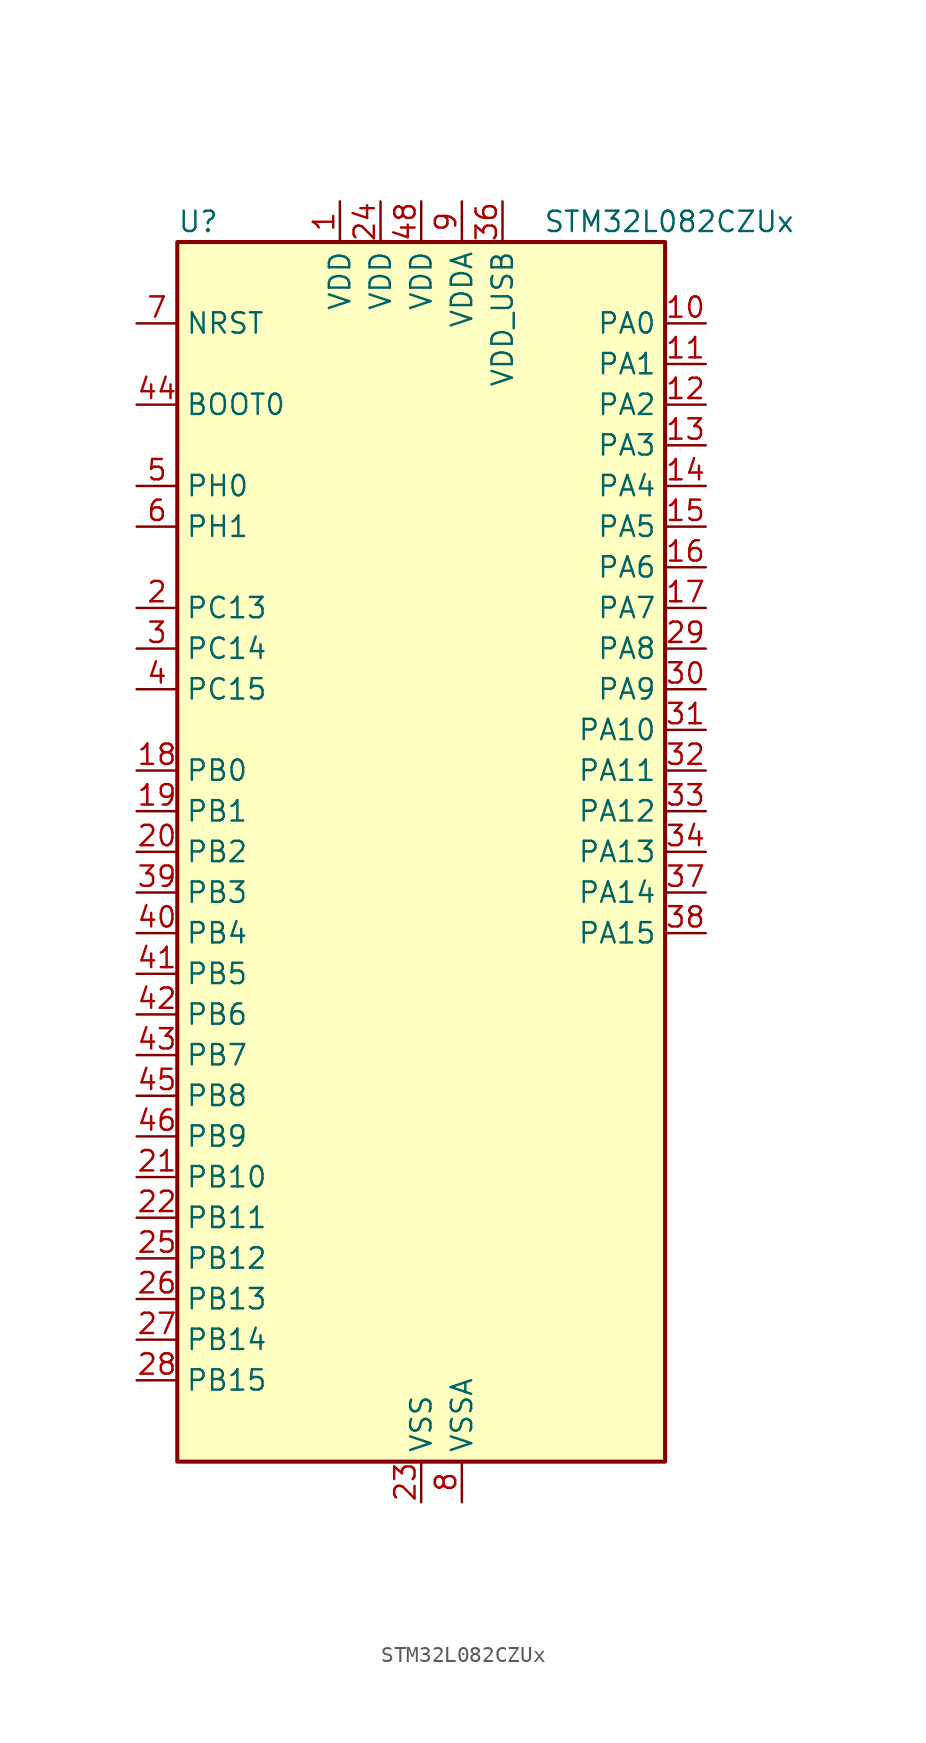
<source format=kicad_sym>
(kicad_symbol_lib
  (version 20241209)
  (generator "kicad_symbol_editor")
  (generator_version "9.0")
  (symbol "STM32L082CZUx"
    (property "Reference" "U"
      (at -15.24 39.37 0)
      (effects (font (size 1.27 1.27)) (justify left)))
    (property "Value" "STM32L082CZUx"
      (at 7.62 39.37 0)
      (effects (font (size 1.27 1.27)) (justify left)))
    (symbol "STM32L082CZUx_0_1"
      (rectangle (start -15.24 -38.1) (end 15.24 38.1) (stroke (width 0.254) (type default)) (fill (type background))))
    (symbol "STM32L082CZUx_1_1"
      (pin input line (at -17.78 33.02 0) (length 2.54) (name "NRST" (effects (font (size 1.27 1.27)))) (number "7" (effects (font (size 1.27 1.27)))))
      (pin input line (at -17.78 27.94 0) (length 2.54) (name "BOOT0" (effects (font (size 1.27 1.27)))) (number "44" (effects (font (size 1.27 1.27)))))
      (pin bidirectional line (at -17.78 22.86 0) (length 2.54) (name "PH0" (effects (font (size 1.27 1.27)))) (number "5" (effects (font (size 1.27 1.27)))) (alternate "CRS_SYNC" bidirectional line) (alternate "RCC_OSC_IN" bidirectional line))
      (pin bidirectional line (at -17.78 20.32 0) (length 2.54) (name "PH1" (effects (font (size 1.27 1.27)))) (number "6" (effects (font (size 1.27 1.27)))) (alternate "RCC_OSC_OUT" bidirectional line))
      (pin bidirectional line (at -17.78 15.24 0) (length 2.54) (name "PC13" (effects (font (size 1.27 1.27)))) (number "2" (effects (font (size 1.27 1.27)))) (alternate "RTC_OUT_ALARM" bidirectional line) (alternate "RTC_OUT_CALIB" bidirectional line) (alternate "RTC_TAMP1" bidirectional line) (alternate "RTC_TS" bidirectional line) (alternate "SYS_WKUP2" bidirectional line))
      (pin bidirectional line (at -17.78 12.7 0) (length 2.54) (name "PC14" (effects (font (size 1.27 1.27)))) (number "3" (effects (font (size 1.27 1.27)))) (alternate "RCC_OSC32_IN" bidirectional line))
      (pin bidirectional line (at -17.78 10.16 0) (length 2.54) (name "PC15" (effects (font (size 1.27 1.27)))) (number "4" (effects (font (size 1.27 1.27)))) (alternate "RCC_OSC32_OUT" bidirectional line))
      (pin bidirectional line (at -17.78 5.08 0) (length 2.54) (name "PB0" (effects (font (size 1.27 1.27)))) (number "18" (effects (font (size 1.27 1.27)))) (alternate "ADC_IN8" bidirectional line) (alternate "SYS_VREF_OUT_PB0" bidirectional line) (alternate "TIM3_CH3" bidirectional line) (alternate "TSC_G3_IO2" bidirectional line))
      (pin bidirectional line (at -17.78 2.54 0) (length 2.54) (name "PB1" (effects (font (size 1.27 1.27)))) (number "19" (effects (font (size 1.27 1.27)))) (alternate "ADC_IN9" bidirectional line) (alternate "LPUART1_DE" bidirectional line) (alternate "LPUART1_RTS" bidirectional line) (alternate "SYS_VREF_OUT_PB1" bidirectional line) (alternate "TIM3_CH4" bidirectional line) (alternate "TSC_G3_IO3" bidirectional line))
      (pin bidirectional line (at -17.78 0 0) (length 2.54) (name "PB2" (effects (font (size 1.27 1.27)))) (number "20" (effects (font (size 1.27 1.27)))) (alternate "I2C3_SMBA" bidirectional line) (alternate "LPTIM1_OUT" bidirectional line) (alternate "TSC_G3_IO4" bidirectional line))
      (pin bidirectional line (at -17.78 -2.54 0) (length 2.54) (name "PB3" (effects (font (size 1.27 1.27)))) (number "39" (effects (font (size 1.27 1.27)))) (alternate "COMP2_INM" bidirectional line) (alternate "SPI1_SCK" bidirectional line) (alternate "TIM2_CH2" bidirectional line) (alternate "TSC_G5_IO1" bidirectional line) (alternate "USART1_DE" bidirectional line) (alternate "USART1_RTS" bidirectional line) (alternate "USART5_TX" bidirectional line))
      (pin bidirectional line (at -17.78 -5.08 0) (length 2.54) (name "PB4" (effects (font (size 1.27 1.27)))) (number "40" (effects (font (size 1.27 1.27)))) (alternate "COMP2_INP" bidirectional line) (alternate "I2C3_SDA" bidirectional line) (alternate "SPI1_MISO" bidirectional line) (alternate "TIM22_CH1" bidirectional line) (alternate "TIM3_CH1" bidirectional line) (alternate "TSC_G5_IO2" bidirectional line) (alternate "USART1_CTS" bidirectional line) (alternate "USART5_RX" bidirectional line))
      (pin bidirectional line (at -17.78 -7.62 0) (length 2.54) (name "PB5" (effects (font (size 1.27 1.27)))) (number "41" (effects (font (size 1.27 1.27)))) (alternate "COMP2_INP" bidirectional line) (alternate "I2C1_SMBA" bidirectional line) (alternate "LPTIM1_IN1" bidirectional line) (alternate "SPI1_MOSI" bidirectional line) (alternate "TIM22_CH2" bidirectional line) (alternate "TIM3_CH2" bidirectional line) (alternate "USART1_CK" bidirectional line) (alternate "USART5_CK" bidirectional line) (alternate "USART5_DE" bidirectional line) (alternate "USART5_RTS" bidirectional line))
      (pin bidirectional line (at -17.78 -10.16 0) (length 2.54) (name "PB6" (effects (font (size 1.27 1.27)))) (number "42" (effects (font (size 1.27 1.27)))) (alternate "COMP2_INP" bidirectional line) (alternate "I2C1_SCL" bidirectional line) (alternate "LPTIM1_ETR" bidirectional line) (alternate "TSC_G5_IO3" bidirectional line) (alternate "USART1_TX" bidirectional line))
      (pin bidirectional line (at -17.78 -12.7 0) (length 2.54) (name "PB7" (effects (font (size 1.27 1.27)))) (number "43" (effects (font (size 1.27 1.27)))) (alternate "COMP2_INP" bidirectional line) (alternate "I2C1_SDA" bidirectional line) (alternate "LPTIM1_IN2" bidirectional line) (alternate "SYS_PVD_IN" bidirectional line) (alternate "TSC_G5_IO4" bidirectional line) (alternate "USART1_RX" bidirectional line) (alternate "USART4_CTS" bidirectional line))
      (pin bidirectional line (at -17.78 -15.24 0) (length 2.54) (name "PB8" (effects (font (size 1.27 1.27)))) (number "45" (effects (font (size 1.27 1.27)))) (alternate "I2C1_SCL" bidirectional line) (alternate "TSC_SYNC" bidirectional line))
      (pin bidirectional line (at -17.78 -17.78 0) (length 2.54) (name "PB9" (effects (font (size 1.27 1.27)))) (number "46" (effects (font (size 1.27 1.27)))) (alternate "DAC_EXTI9" bidirectional line) (alternate "I2C1_SDA" bidirectional line) (alternate "I2S2_WS" bidirectional line) (alternate "SPI2_NSS" bidirectional line))
      (pin bidirectional line (at -17.78 -20.32 0) (length 2.54) (name "PB10" (effects (font (size 1.27 1.27)))) (number "21" (effects (font (size 1.27 1.27)))) (alternate "I2C2_SCL" bidirectional line) (alternate "LPUART1_RX" bidirectional line) (alternate "LPUART1_TX" bidirectional line) (alternate "SPI2_SCK" bidirectional line) (alternate "TIM2_CH3" bidirectional line) (alternate "TSC_SYNC" bidirectional line))
      (pin bidirectional line (at -17.78 -22.86 0) (length 2.54) (name "PB11" (effects (font (size 1.27 1.27)))) (number "22" (effects (font (size 1.27 1.27)))) (alternate "ADC_EXTI11" bidirectional line) (alternate "I2C2_SDA" bidirectional line) (alternate "LPUART1_RX" bidirectional line) (alternate "LPUART1_TX" bidirectional line) (alternate "TIM2_CH4" bidirectional line) (alternate "TSC_G6_IO1" bidirectional line))
      (pin bidirectional line (at -17.78 -25.4 0) (length 2.54) (name "PB12" (effects (font (size 1.27 1.27)))) (number "25" (effects (font (size 1.27 1.27)))) (alternate "I2S2_WS" bidirectional line) (alternate "LPUART1_DE" bidirectional line) (alternate "LPUART1_RTS" bidirectional line) (alternate "SPI2_NSS" bidirectional line) (alternate "TSC_G6_IO2" bidirectional line))
      (pin bidirectional line (at -17.78 -27.94 0) (length 2.54) (name "PB13" (effects (font (size 1.27 1.27)))) (number "26" (effects (font (size 1.27 1.27)))) (alternate "I2C2_SCL" bidirectional line) (alternate "I2S2_CK" bidirectional line) (alternate "LPUART1_CTS" bidirectional line) (alternate "RCC_MCO" bidirectional line) (alternate "SPI2_SCK" bidirectional line) (alternate "TIM21_CH1" bidirectional line) (alternate "TSC_G6_IO3" bidirectional line))
      (pin bidirectional line (at -17.78 -30.48 0) (length 2.54) (name "PB14" (effects (font (size 1.27 1.27)))) (number "27" (effects (font (size 1.27 1.27)))) (alternate "I2C2_SDA" bidirectional line) (alternate "I2S2_MCK" bidirectional line) (alternate "LPUART1_DE" bidirectional line) (alternate "LPUART1_RTS" bidirectional line) (alternate "RTC_OUT_ALARM" bidirectional line) (alternate "RTC_OUT_CALIB" bidirectional line) (alternate "SPI2_MISO" bidirectional line) (alternate "TIM21_CH2" bidirectional line) (alternate "TSC_G6_IO4" bidirectional line))
      (pin bidirectional line (at -17.78 -33.02 0) (length 2.54) (name "PB15" (effects (font (size 1.27 1.27)))) (number "28" (effects (font (size 1.27 1.27)))) (alternate "I2S2_SD" bidirectional line) (alternate "RTC_REFIN" bidirectional line) (alternate "SPI2_MOSI" bidirectional line))
      (pin power_in line (at -5.08 40.64 270) (length 2.54) (name "VDD" (effects (font (size 1.27 1.27)))) (number "1" (effects (font (size 1.27 1.27)))))
      (pin power_in line (at -2.54 40.64 270) (length 2.54) (name "VDD" (effects (font (size 1.27 1.27)))) (number "24" (effects (font (size 1.27 1.27)))))
      (pin power_in line (at 0 40.64 270) (length 2.54) (name "VDD" (effects (font (size 1.27 1.27)))) (number "48" (effects (font (size 1.27 1.27)))))
      (pin power_in line (at 0 -40.64 90) (length 2.54) (name "VSS" (effects (font (size 1.27 1.27)))) (number "23" (effects (font (size 1.27 1.27)))))
      (pin passive line (at 0 -40.64 90) (length 2.54) (hide yes) (name "VSS" (effects (font (size 1.27 1.27)))) (number "35" (effects (font (size 1.27 1.27)))))
      (pin passive line (at 0 -40.64 90) (length 2.54) (hide yes) (name "VSS" (effects (font (size 1.27 1.27)))) (number "47" (effects (font (size 1.27 1.27)))))
      (pin passive line (at 0 -40.64 90) (length 2.54) (hide yes) (name "VSS" (effects (font (size 1.27 1.27)))) (number "49" (effects (font (size 1.27 1.27)))))
      (pin power_in line (at 2.54 40.64 270) (length 2.54) (name "VDDA" (effects (font (size 1.27 1.27)))) (number "9" (effects (font (size 1.27 1.27)))))
      (pin power_in line (at 2.54 -40.64 90) (length 2.54) (name "VSSA" (effects (font (size 1.27 1.27)))) (number "8" (effects (font (size 1.27 1.27)))))
      (pin power_in line (at 5.08 40.64 270) (length 2.54) (name "VDD_USB" (effects (font (size 1.27 1.27)))) (number "36" (effects (font (size 1.27 1.27)))))
      (pin bidirectional line (at 17.78 33.02 180) (length 2.54) (name "PA0" (effects (font (size 1.27 1.27)))) (number "10" (effects (font (size 1.27 1.27)))) (alternate "ADC_IN0" bidirectional line) (alternate "COMP1_INM" bidirectional line) (alternate "COMP1_OUT" bidirectional line) (alternate "RTC_TAMP2" bidirectional line) (alternate "SYS_WKUP1" bidirectional line) (alternate "TIM2_CH1" bidirectional line) (alternate "TIM2_ETR" bidirectional line) (alternate "TSC_G1_IO1" bidirectional line) (alternate "USART2_CTS" bidirectional line) (alternate "USART4_TX" bidirectional line))
      (pin bidirectional line (at 17.78 30.48 180) (length 2.54) (name "PA1" (effects (font (size 1.27 1.27)))) (number "11" (effects (font (size 1.27 1.27)))) (alternate "ADC_IN1" bidirectional line) (alternate "COMP1_INP" bidirectional line) (alternate "TIM21_ETR" bidirectional line) (alternate "TIM2_CH2" bidirectional line) (alternate "TSC_G1_IO2" bidirectional line) (alternate "USART2_DE" bidirectional line) (alternate "USART2_RTS" bidirectional line) (alternate "USART4_RX" bidirectional line))
      (pin bidirectional line (at 17.78 27.94 180) (length 2.54) (name "PA2" (effects (font (size 1.27 1.27)))) (number "12" (effects (font (size 1.27 1.27)))) (alternate "ADC_IN2" bidirectional line) (alternate "COMP2_INM" bidirectional line) (alternate "COMP2_OUT" bidirectional line) (alternate "LPUART1_TX" bidirectional line) (alternate "TIM21_CH1" bidirectional line) (alternate "TIM2_CH3" bidirectional line) (alternate "TSC_G1_IO3" bidirectional line) (alternate "USART2_TX" bidirectional line))
      (pin bidirectional line (at 17.78 25.4 180) (length 2.54) (name "PA3" (effects (font (size 1.27 1.27)))) (number "13" (effects (font (size 1.27 1.27)))) (alternate "ADC_IN3" bidirectional line) (alternate "COMP2_INP" bidirectional line) (alternate "LPUART1_RX" bidirectional line) (alternate "TIM21_CH2" bidirectional line) (alternate "TIM2_CH4" bidirectional line) (alternate "TSC_G1_IO4" bidirectional line) (alternate "USART2_RX" bidirectional line))
      (pin bidirectional line (at 17.78 22.86 180) (length 2.54) (name "PA4" (effects (font (size 1.27 1.27)))) (number "14" (effects (font (size 1.27 1.27)))) (alternate "ADC_IN4" bidirectional line) (alternate "COMP1_INM" bidirectional line) (alternate "COMP2_INM" bidirectional line) (alternate "DAC_OUT1" bidirectional line) (alternate "SPI1_NSS" bidirectional line) (alternate "TIM22_ETR" bidirectional line) (alternate "TSC_G2_IO1" bidirectional line) (alternate "USART2_CK" bidirectional line))
      (pin bidirectional line (at 17.78 20.32 180) (length 2.54) (name "PA5" (effects (font (size 1.27 1.27)))) (number "15" (effects (font (size 1.27 1.27)))) (alternate "ADC_IN5" bidirectional line) (alternate "COMP1_INM" bidirectional line) (alternate "COMP2_INM" bidirectional line) (alternate "DAC_OUT2" bidirectional line) (alternate "SPI1_SCK" bidirectional line) (alternate "TIM2_CH1" bidirectional line) (alternate "TIM2_ETR" bidirectional line) (alternate "TSC_G2_IO2" bidirectional line))
      (pin bidirectional line (at 17.78 17.78 180) (length 2.54) (name "PA6" (effects (font (size 1.27 1.27)))) (number "16" (effects (font (size 1.27 1.27)))) (alternate "ADC_IN6" bidirectional line) (alternate "COMP1_OUT" bidirectional line) (alternate "LPUART1_CTS" bidirectional line) (alternate "SPI1_MISO" bidirectional line) (alternate "TIM22_CH1" bidirectional line) (alternate "TIM3_CH1" bidirectional line) (alternate "TSC_G2_IO3" bidirectional line))
      (pin bidirectional line (at 17.78 15.24 180) (length 2.54) (name "PA7" (effects (font (size 1.27 1.27)))) (number "17" (effects (font (size 1.27 1.27)))) (alternate "ADC_IN7" bidirectional line) (alternate "COMP2_OUT" bidirectional line) (alternate "SPI1_MOSI" bidirectional line) (alternate "TIM22_CH2" bidirectional line) (alternate "TIM3_CH2" bidirectional line) (alternate "TSC_G2_IO4" bidirectional line))
      (pin bidirectional line (at 17.78 12.7 180) (length 2.54) (name "PA8" (effects (font (size 1.27 1.27)))) (number "29" (effects (font (size 1.27 1.27)))) (alternate "CRS_SYNC" bidirectional line) (alternate "I2C3_SCL" bidirectional line) (alternate "RCC_MCO" bidirectional line) (alternate "USART1_CK" bidirectional line))
      (pin bidirectional line (at 17.78 10.16 180) (length 2.54) (name "PA9" (effects (font (size 1.27 1.27)))) (number "30" (effects (font (size 1.27 1.27)))) (alternate "DAC_EXTI9" bidirectional line) (alternate "I2C1_SCL" bidirectional line) (alternate "I2C3_SMBA" bidirectional line) (alternate "RCC_MCO" bidirectional line) (alternate "TSC_G4_IO1" bidirectional line) (alternate "USART1_TX" bidirectional line))
      (pin bidirectional line (at 17.78 7.62 180) (length 2.54) (name "PA10" (effects (font (size 1.27 1.27)))) (number "31" (effects (font (size 1.27 1.27)))) (alternate "I2C1_SDA" bidirectional line) (alternate "TSC_G4_IO2" bidirectional line) (alternate "USART1_RX" bidirectional line))
      (pin bidirectional line (at 17.78 5.08 180) (length 2.54) (name "PA11" (effects (font (size 1.27 1.27)))) (number "32" (effects (font (size 1.27 1.27)))) (alternate "ADC_EXTI11" bidirectional line) (alternate "COMP1_OUT" bidirectional line) (alternate "SPI1_MISO" bidirectional line) (alternate "TSC_G4_IO3" bidirectional line) (alternate "USART1_CTS" bidirectional line) (alternate "USB_DM" bidirectional line))
      (pin bidirectional line (at 17.78 2.54 180) (length 2.54) (name "PA12" (effects (font (size 1.27 1.27)))) (number "33" (effects (font (size 1.27 1.27)))) (alternate "COMP2_OUT" bidirectional line) (alternate "SPI1_MOSI" bidirectional line) (alternate "TSC_G4_IO4" bidirectional line) (alternate "USART1_DE" bidirectional line) (alternate "USART1_RTS" bidirectional line) (alternate "USB_DP" bidirectional line))
      (pin bidirectional line (at 17.78 0 180) (length 2.54) (name "PA13" (effects (font (size 1.27 1.27)))) (number "34" (effects (font (size 1.27 1.27)))) (alternate "LPUART1_RX" bidirectional line) (alternate "SYS_SWDIO" bidirectional line) (alternate "USB_NOE" bidirectional line))
      (pin bidirectional line (at 17.78 -2.54 180) (length 2.54) (name "PA14" (effects (font (size 1.27 1.27)))) (number "37" (effects (font (size 1.27 1.27)))) (alternate "LPUART1_TX" bidirectional line) (alternate "SYS_SWCLK" bidirectional line) (alternate "USART2_TX" bidirectional line))
      (pin bidirectional line (at 17.78 -5.08 180) (length 2.54) (name "PA15" (effects (font (size 1.27 1.27)))) (number "38" (effects (font (size 1.27 1.27)))) (alternate "SPI1_NSS" bidirectional line) (alternate "TIM2_CH1" bidirectional line) (alternate "TIM2_ETR" bidirectional line) (alternate "USART2_RX" bidirectional line) (alternate "USART4_DE" bidirectional line) (alternate "USART4_RTS" bidirectional line)))))
</source>
